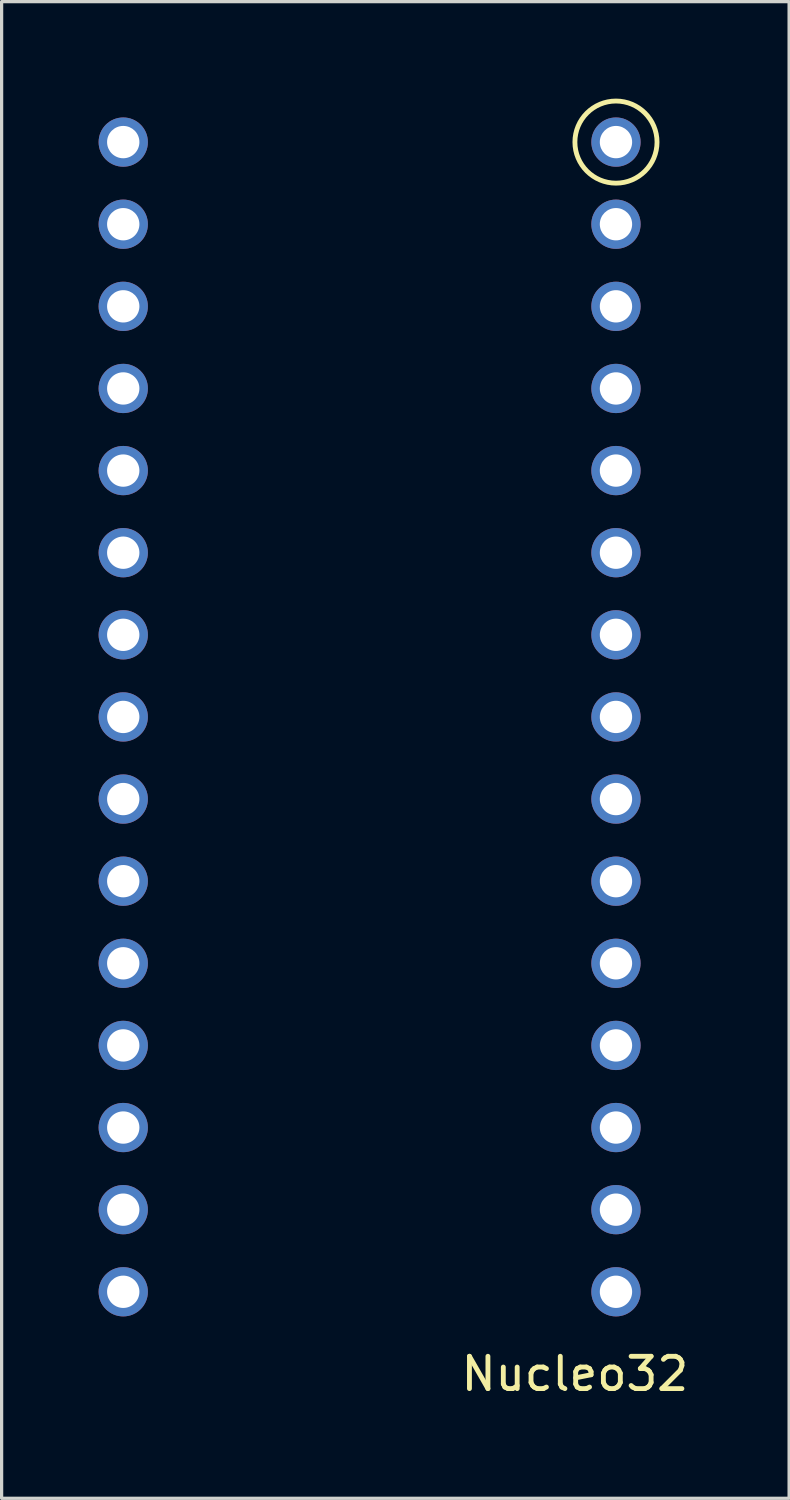
<source format=kicad_pcb>
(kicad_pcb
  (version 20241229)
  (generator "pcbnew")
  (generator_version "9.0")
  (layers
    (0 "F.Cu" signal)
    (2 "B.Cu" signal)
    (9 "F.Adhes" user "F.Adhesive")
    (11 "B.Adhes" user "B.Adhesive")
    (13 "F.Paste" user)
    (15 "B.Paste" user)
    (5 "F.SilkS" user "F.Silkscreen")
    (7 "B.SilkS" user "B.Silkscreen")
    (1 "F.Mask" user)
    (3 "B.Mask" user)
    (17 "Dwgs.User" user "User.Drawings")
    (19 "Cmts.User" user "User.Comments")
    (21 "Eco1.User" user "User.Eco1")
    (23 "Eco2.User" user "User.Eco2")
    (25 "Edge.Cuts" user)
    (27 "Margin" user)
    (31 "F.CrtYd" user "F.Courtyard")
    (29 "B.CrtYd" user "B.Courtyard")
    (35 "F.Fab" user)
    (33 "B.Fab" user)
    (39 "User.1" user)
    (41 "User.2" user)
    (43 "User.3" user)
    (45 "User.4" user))
  (footprint "Nucleo32"
    (layer "F.Cu")
    (at 8.382 11.505)
    (property "Reference" "Nucleo32" (at 6.35 27.94 0) (layer "F.SilkS") (effects (font (size 1 1) (thickness 0.15))))
    (attr through_hole)
    (fp_circle (center 7.62 -10.16) (end 8.89 -10.16) (stroke (width 0.15) (type solid)) (fill no) (layer "F.SilkS"))
    (pad "1" thru_hole circle (at 7.62 -10.16) (size 1.524 1.524) (drill 1) (layers "*.Cu" "*.Mask"))
    (pad "2" thru_hole circle (at 7.62 -7.62) (size 1.524 1.524) (drill 1) (layers "*.Cu" "*.Mask"))
    (pad "3" thru_hole circle (at 7.62 -5.08) (size 1.524 1.524) (drill 1) (layers "*.Cu" "*.Mask"))
    (pad "4" thru_hole circle (at 7.62 -2.54) (size 1.524 1.524) (drill 1) (layers "*.Cu" "*.Mask"))
    (pad "5" thru_hole circle (at 7.62 0) (size 1.524 1.524) (drill 1) (layers "*.Cu" "*.Mask"))
    (pad "6" thru_hole circle (at 7.62 2.54) (size 1.524 1.524) (drill 1) (layers "*.Cu" "*.Mask"))
    (pad "7" thru_hole circle (at 7.62 5.08) (size 1.524 1.524) (drill 1) (layers "*.Cu" "*.Mask"))
    (pad "8" thru_hole circle (at 7.62 7.62) (size 1.524 1.524) (drill 1) (layers "*.Cu" "*.Mask"))
    (pad "9" thru_hole circle (at 7.62 10.16) (size 1.524 1.524) (drill 1) (layers "*.Cu" "*.Mask"))
    (pad "10" thru_hole circle (at 7.62 12.7) (size 1.524 1.524) (drill 1) (layers "*.Cu" "*.Mask"))
    (pad "11" thru_hole circle (at 7.62 15.24) (size 1.524 1.524) (drill 1) (layers "*.Cu" "*.Mask"))
    (pad "12" thru_hole circle (at 7.62 17.78) (size 1.524 1.524) (drill 1) (layers "*.Cu" "*.Mask"))
    (pad "13" thru_hole circle (at 7.62 20.32) (size 1.524 1.524) (drill 1) (layers "*.Cu" "*.Mask"))
    (pad "14" thru_hole circle (at 7.62 22.86) (size 1.524 1.524) (drill 1) (layers "*.Cu" "*.Mask"))
    (pad "15" thru_hole circle (at 7.62 25.4) (size 1.524 1.524) (drill 1) (layers "*.Cu" "*.Mask"))
    (pad "16" thru_hole circle (at -7.62 -10.16) (size 1.524 1.524) (drill 1) (layers "*.Cu" "*.Mask"))
    (pad "17" thru_hole circle (at -7.62 -7.62) (size 1.524 1.524) (drill 1) (layers "*.Cu" "*.Mask"))
    (pad "18" thru_hole circle (at -7.62 -5.08) (size 1.524 1.524) (drill 1) (layers "*.Cu" "*.Mask"))
    (pad "19" thru_hole circle (at -7.62 -2.54) (size 1.524 1.524) (drill 1) (layers "*.Cu" "*.Mask"))
    (pad "20" thru_hole circle (at -7.62 0) (size 1.524 1.524) (drill 1) (layers "*.Cu" "*.Mask"))
    (pad "21" thru_hole circle (at -7.62 2.54) (size 1.524 1.524) (drill 1) (layers "*.Cu" "*.Mask"))
    (pad "22" thru_hole circle (at -7.62 5.08) (size 1.524 1.524) (drill 1) (layers "*.Cu" "*.Mask"))
    (pad "23" thru_hole circle (at -7.62 7.62) (size 1.524 1.524) (drill 1) (layers "*.Cu" "*.Mask"))
    (pad "24" thru_hole circle (at -7.62 10.16) (size 1.524 1.524) (drill 1) (layers "*.Cu" "*.Mask"))
    (pad "25" thru_hole circle (at -7.62 12.7) (size 1.524 1.524) (drill 1) (layers "*.Cu" "*.Mask"))
    (pad "26" thru_hole circle (at -7.62 15.24) (size 1.524 1.524) (drill 1) (layers "*.Cu" "*.Mask"))
    (pad "27" thru_hole circle (at -7.62 17.78) (size 1.524 1.524) (drill 1) (layers "*.Cu" "*.Mask"))
    (pad "28" thru_hole circle (at -7.62 20.32) (size 1.524 1.524) (drill 1) (layers "*.Cu" "*.Mask"))
    (pad "29" thru_hole circle (at -7.62 22.86) (size 1.524 1.524) (drill 1) (layers "*.Cu" "*.Mask"))
    (pad "30" thru_hole circle (at -7.62 25.4) (size 1.524 1.524) (drill 1) (layers "*.Cu" "*.Mask")))
  (gr_rect
    (start -3 -3)
    (end 21.357 43.293)
    (stroke (width 0.1) (type default))
    (fill no)
    (layer "Edge.Cuts")))
</source>
